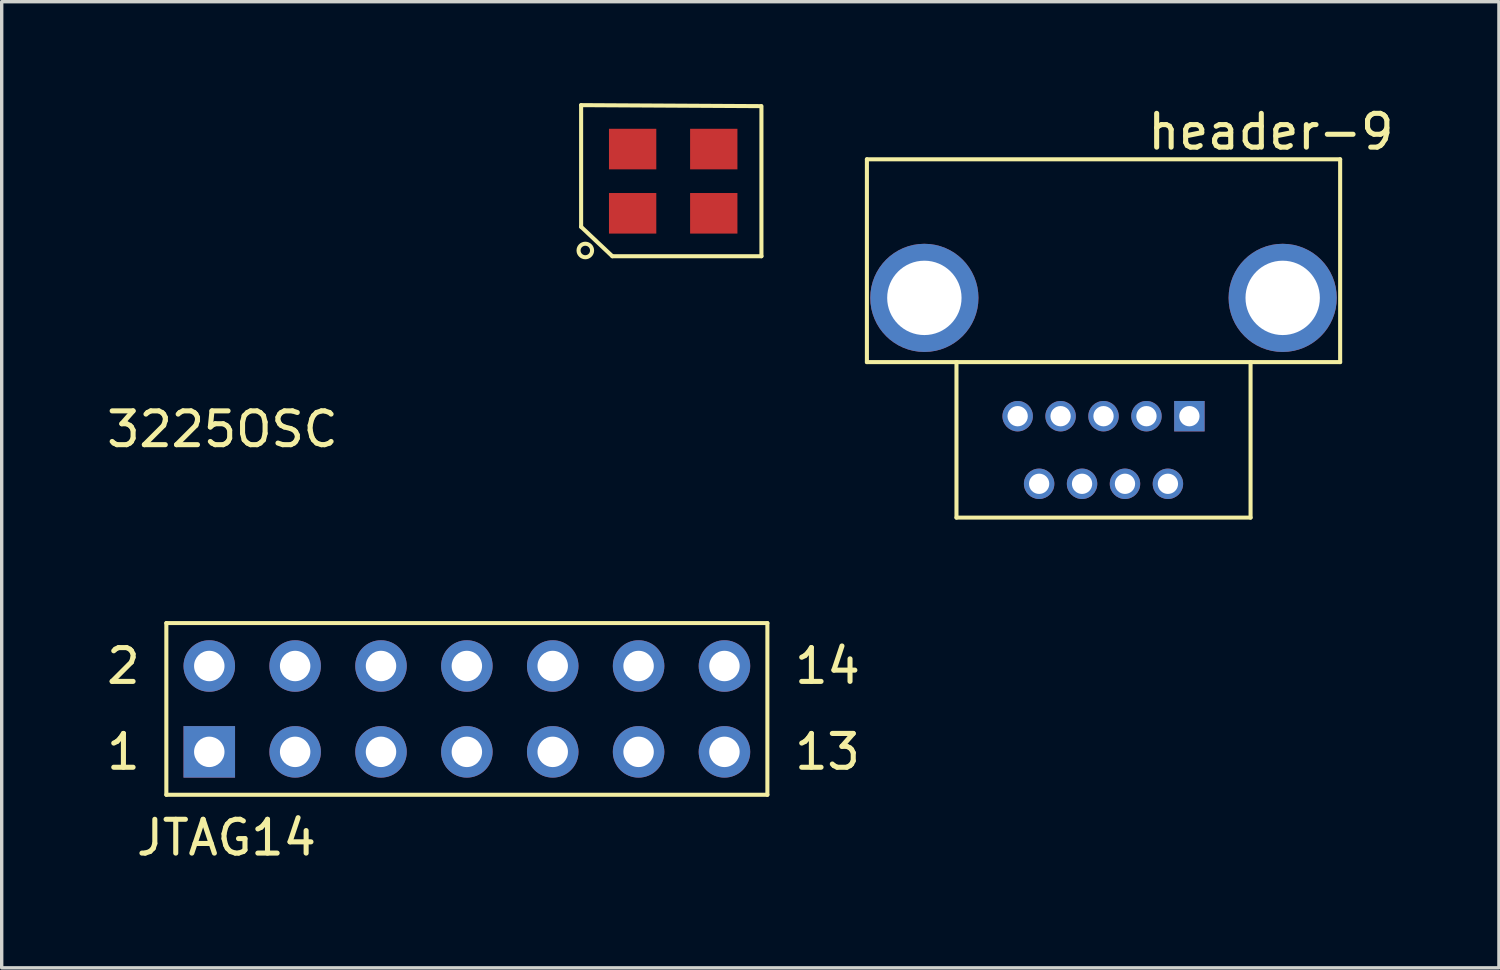
<source format=kicad_pcb>
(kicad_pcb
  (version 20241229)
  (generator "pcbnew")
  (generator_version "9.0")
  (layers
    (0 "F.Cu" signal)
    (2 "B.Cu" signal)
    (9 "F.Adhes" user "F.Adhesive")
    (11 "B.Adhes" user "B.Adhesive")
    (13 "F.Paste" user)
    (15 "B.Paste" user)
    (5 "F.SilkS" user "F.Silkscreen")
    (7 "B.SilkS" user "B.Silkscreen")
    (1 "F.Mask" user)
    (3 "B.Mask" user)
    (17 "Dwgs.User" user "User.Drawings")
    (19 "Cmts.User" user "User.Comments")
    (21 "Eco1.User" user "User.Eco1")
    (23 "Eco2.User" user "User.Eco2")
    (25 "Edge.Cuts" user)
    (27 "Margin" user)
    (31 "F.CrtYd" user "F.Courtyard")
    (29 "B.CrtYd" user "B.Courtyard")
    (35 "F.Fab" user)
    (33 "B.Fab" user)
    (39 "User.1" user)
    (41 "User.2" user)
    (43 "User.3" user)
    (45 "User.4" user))
  (footprint "header-9"
    (layer "F.Cu")
    (at 32.135 9.262)
    (property "Reference" "header-9" (at 2.413 -8.414 0) (layer "F.SilkS") (effects (font (size 1 1) (thickness 0.15))))
    (attr through_hole)
    (fp_line (start -9.54 -7.6) (end -9.54 -1.6) (stroke (width 0.12) (type solid)) (layer "F.SilkS"))
    (fp_line (start -9.54 -1.6) (end 4.46 -1.6) (stroke (width 0.12) (type solid)) (layer "F.SilkS"))
    (fp_line (start -6.89 -1.6) (end -6.89 3) (stroke (width 0.12) (type solid)) (layer "F.SilkS"))
    (fp_line (start 1.81 -1.6) (end 1.81 3) (stroke (width 0.12) (type solid)) (layer "F.SilkS"))
    (fp_line (start 1.81 3) (end -6.89 3) (stroke (width 0.12) (type solid)) (layer "F.SilkS"))
    (fp_line (start 4.46 -7.6) (end -9.54 -7.6) (stroke (width 0.12) (type solid)) (layer "F.SilkS"))
    (fp_line (start 4.46 -1.6) (end 4.46 -7.6) (stroke (width 0.12) (type solid)) (layer "F.SilkS"))
    (pad "1" thru_hole rect (at 0 0) (size 0.9 0.9) (drill 0.6) (layers "*.Cu" "*.Mask"))
    (pad "2" thru_hole circle (at -1.27 0) (size 0.9 0.9) (drill 0.6) (layers "*.Cu" "*.Mask"))
    (pad "3" thru_hole circle (at -2.54 0) (size 0.9 0.9) (drill 0.6) (layers "*.Cu" "*.Mask"))
    (pad "4" thru_hole circle (at -3.81 0) (size 0.9 0.9) (drill 0.6) (layers "*.Cu" "*.Mask"))
    (pad "5" thru_hole circle (at -5.08 0) (size 0.9 0.9) (drill 0.6) (layers "*.Cu" "*.Mask"))
    (pad "6" thru_hole circle (at -0.635 2) (size 0.9 0.9) (drill 0.6) (layers "*.Cu" "*.Mask"))
    (pad "7" thru_hole circle (at -1.905 2) (size 0.9 0.9) (drill 0.6) (layers "*.Cu" "*.Mask"))
    (pad "8" thru_hole circle (at -3.175 2) (size 0.9 0.9) (drill 0.6) (layers "*.Cu" "*.Mask"))
    (pad "9" thru_hole circle (at -4.445 2) (size 0.9 0.9) (drill 0.6) (layers "*.Cu" "*.Mask"))
    (pad "10" thru_hole circle (at -7.84 -3.5) (size 3.2 3.2) (drill 2.2) (layers "*.Cu" "*.Mask"))
    (pad "11" thru_hole circle (at 2.76 -3.5) (size 3.2 3.2) (drill 2.2) (layers "*.Cu" "*.Mask")))
  (footprint "3225OSC"
    (layer "F.Cu")
    (at 15.665 3.26)
    (property "Reference" "3225OSC" (at -12.135 6.39 0) (layer "F.SilkS") (effects (font (size 1 1) (thickness 0.15))))
    (attr through_hole)
    (fp_line (start -1.524 -3.2) (end -1.524 0.4) (stroke (width 0.12) (type solid)) (layer "F.SilkS"))
    (fp_line (start -1.524 0.4) (end -0.6 1.27) (stroke (width 0.12) (type solid)) (layer "F.SilkS"))
    (fp_line (start -0.6 1.27) (end 3.81 1.27) (stroke (width 0.12) (type solid)) (layer "F.SilkS"))
    (fp_line (start 3.8 -3.17) (end -1.524 -3.2) (stroke (width 0.12) (type solid)) (layer "F.SilkS"))
    (fp_line (start 3.81 1.27) (end 3.81 -3.17) (stroke (width 0.12) (type solid)) (layer "F.SilkS"))
    (fp_circle (center -1.4 1.1) (end -1.4 1.3) (stroke (width 0.12) (type solid)) (fill no) (layer "F.SilkS"))
    (pad "1" smd rect (at 0 0) (size 1.4 1.2) (layers "F.Cu" "F.Mask" "F.Paste"))
    (pad "2" smd rect (at 2.4 0) (size 1.4 1.2) (layers "F.Cu" "F.Mask" "F.Paste"))
    (pad "3" smd rect (at 2.4 -1.9) (size 1.4 1.2) (layers "F.Cu" "F.Mask" "F.Paste"))
    (pad "4" smd rect (at 0 -1.9) (size 1.4 1.2) (layers "F.Cu" "F.Mask" "F.Paste")))
  (footprint "JTAG14"
    (layer "F.Cu")
    (at 3.141 19.192)
    (property "Reference" "JTAG14" (at 0.508 2.54 0) (layer "F.SilkS") (effects (font (size 1 1) (thickness 0.15))))
    (attr through_hole)
    (fp_line (start -1.27 -3.81) (end 16.51 -3.81) (stroke (width 0.12) (type solid)) (layer "F.SilkS"))
    (fp_line (start -1.27 1.27) (end -1.27 -3.81) (stroke (width 0.12) (type solid)) (layer "F.SilkS"))
    (fp_line (start 16.51 -3.81) (end 16.51 1.27) (stroke (width 0.12) (type solid)) (layer "F.SilkS"))
    (fp_line (start 16.51 1.27) (end -1.27 1.27) (stroke (width 0.12) (type solid)) (layer "F.SilkS"))
    (fp_text user "2" (at -2.54 -2.54 0) (layer "F.SilkS") (effects (font (size 1 1) (thickness 0.15))))
    (fp_text user "13" (at 18.288 0 0) (layer "F.SilkS") (effects (font (size 1 1) (thickness 0.15))))
    (fp_text user "1" (at -2.54 0 0) (layer "F.SilkS") (effects (font (size 1 1) (thickness 0.15))))
    (fp_text user "14" (at 18.288 -2.54 0) (layer "F.SilkS") (effects (font (size 1 1) (thickness 0.15))))
    (pad "1" thru_hole rect (at 0 0) (size 1.524 1.524) (drill 0.9) (layers "*.Cu" "*.Mask"))
    (pad "2" thru_hole circle (at 0 -2.54) (size 1.524 1.524) (drill 0.9) (layers "*.Cu" "*.Mask"))
    (pad "3" thru_hole circle (at 2.54 0) (size 1.524 1.524) (drill 0.9) (layers "*.Cu" "*.Mask"))
    (pad "4" thru_hole circle (at 2.54 -2.54) (size 1.524 1.524) (drill 0.9) (layers "*.Cu" "*.Mask"))
    (pad "5" thru_hole circle (at 5.08 0) (size 1.524 1.524) (drill 0.9) (layers "*.Cu" "*.Mask"))
    (pad "6" thru_hole circle (at 5.08 -2.54) (size 1.524 1.524) (drill 0.9) (layers "*.Cu" "*.Mask"))
    (pad "7" thru_hole circle (at 7.62 0) (size 1.524 1.524) (drill 0.9) (layers "*.Cu" "*.Mask"))
    (pad "8" thru_hole circle (at 7.62 -2.54) (size 1.524 1.524) (drill 0.9) (layers "*.Cu" "*.Mask"))
    (pad "9" thru_hole circle (at 10.16 0) (size 1.524 1.524) (drill 0.9) (layers "*.Cu" "*.Mask"))
    (pad "10" thru_hole circle (at 10.16 -2.54) (size 1.524 1.524) (drill 0.9) (layers "*.Cu" "*.Mask"))
    (pad "11" thru_hole circle (at 12.7 0) (size 1.524 1.524) (drill 0.9) (layers "*.Cu" "*.Mask"))
    (pad "12" thru_hole circle (at 12.7 -2.54) (size 1.524 1.524) (drill 0.9) (layers "*.Cu" "*.Mask"))
    (pad "13" thru_hole circle (at 15.24 0) (size 1.524 1.524) (drill 0.9) (layers "*.Cu" "*.Mask"))
    (pad "14" thru_hole circle (at 15.24 -2.54) (size 1.524 1.524) (drill 0.9) (layers "*.Cu" "*.Mask")))
  (gr_rect
    (start -3 -3)
    (end 41.292 25.581)
    (stroke (width 0.1) (type default))
    (fill no)
    (layer "Edge.Cuts")))
</source>
